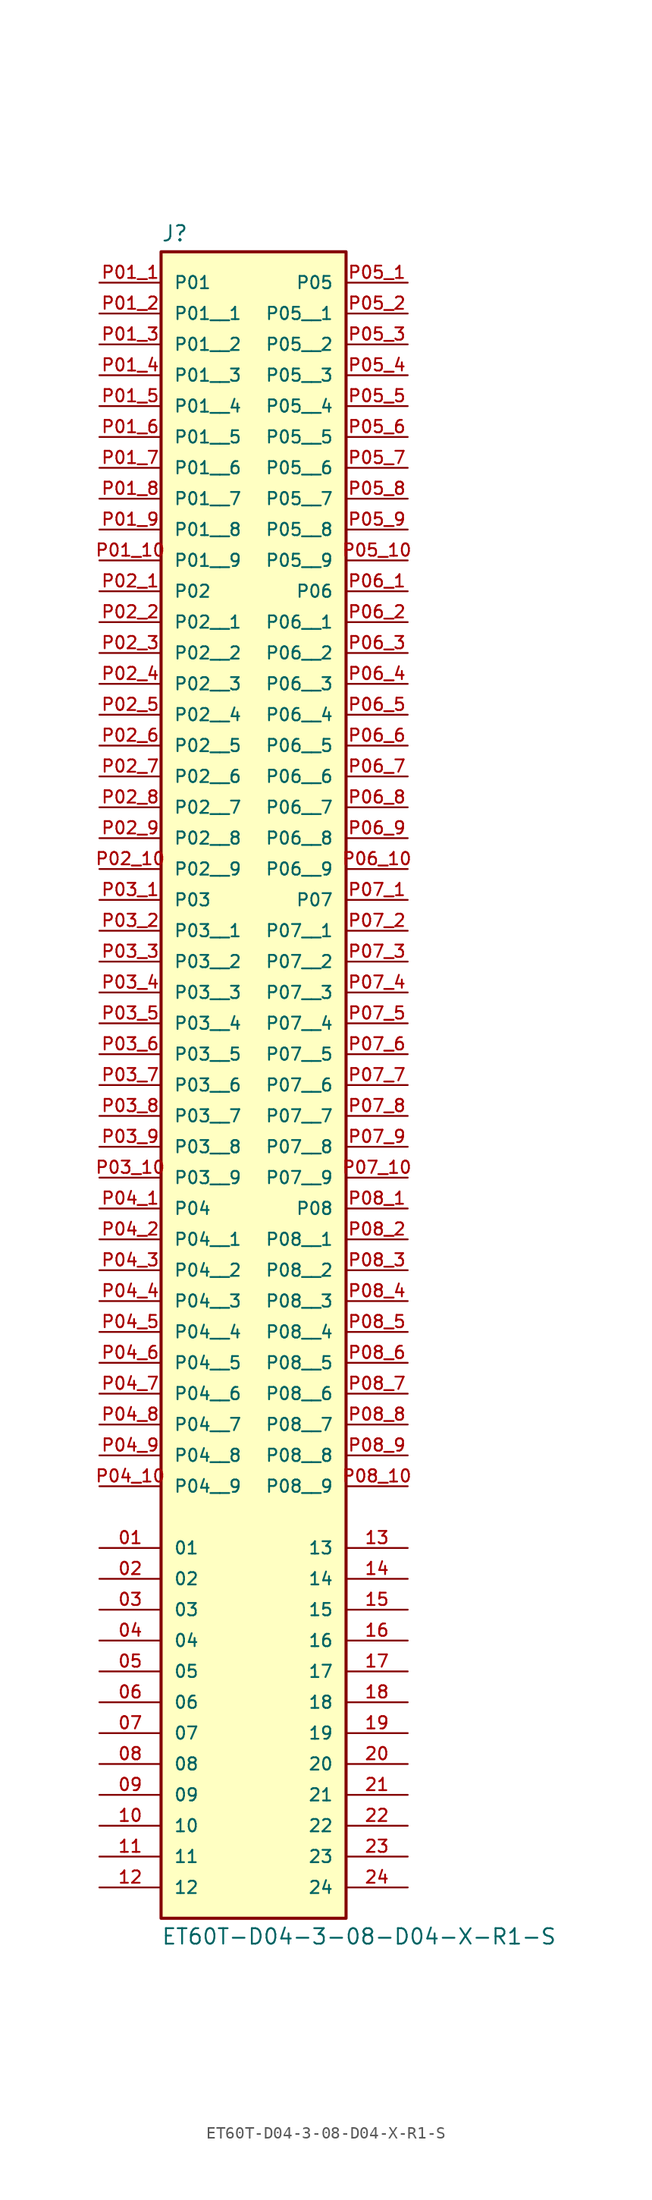
<source format=kicad_sym>
(kicad_symbol_lib
  (version 20231120)
  (generator "kicad_symbol_editor")
  (generator_version "8.0")
  (symbol "ET60T-D04-3-08-D04-X-R1-S"
    (pin_names
      (offset 1.016))
    (property "Reference" "J"
      (at -7.62 23.622 0)
      (effects (font (size 1.27 1.27)) (justify left bottom)))
    (property "Value" "ET60T-D04-3-08-D04-X-R1-S"
      (at -7.62 -115.062 0)
      (effects (font (size 1.27 1.27)) (justify left top)))
    (symbol "ET60T-D04-3-08-D04-X-R1-S_0_0"
      (rectangle (start -7.62 -114.3) (end 7.62 22.86) (stroke (width 0.254) (type default)) (fill (type background)))
      (pin passive line (at -12.7 -83.82 0) (length 5.08) (name "01" (effects (font (size 1.016 1.016)))) (number "01" (effects (font (size 1.016 1.016)))))
      (pin passive line (at -12.7 -86.36 0) (length 5.08) (name "02" (effects (font (size 1.016 1.016)))) (number "02" (effects (font (size 1.016 1.016)))))
      (pin passive line (at -12.7 -88.9 0) (length 5.08) (name "03" (effects (font (size 1.016 1.016)))) (number "03" (effects (font (size 1.016 1.016)))))
      (pin passive line (at -12.7 -91.44 0) (length 5.08) (name "04" (effects (font (size 1.016 1.016)))) (number "04" (effects (font (size 1.016 1.016)))))
      (pin passive line (at -12.7 -93.98 0) (length 5.08) (name "05" (effects (font (size 1.016 1.016)))) (number "05" (effects (font (size 1.016 1.016)))))
      (pin passive line (at -12.7 -96.52 0) (length 5.08) (name "06" (effects (font (size 1.016 1.016)))) (number "06" (effects (font (size 1.016 1.016)))))
      (pin passive line (at -12.7 -99.06 0) (length 5.08) (name "07" (effects (font (size 1.016 1.016)))) (number "07" (effects (font (size 1.016 1.016)))))
      (pin passive line (at -12.7 -101.6 0) (length 5.08) (name "08" (effects (font (size 1.016 1.016)))) (number "08" (effects (font (size 1.016 1.016)))))
      (pin passive line (at -12.7 -104.14 0) (length 5.08) (name "09" (effects (font (size 1.016 1.016)))) (number "09" (effects (font (size 1.016 1.016)))))
      (pin passive line (at -12.7 -106.68 0) (length 5.08) (name "10" (effects (font (size 1.016 1.016)))) (number "10" (effects (font (size 1.016 1.016)))))
      (pin passive line (at -12.7 -109.22 0) (length 5.08) (name "11" (effects (font (size 1.016 1.016)))) (number "11" (effects (font (size 1.016 1.016)))))
      (pin passive line (at -12.7 -111.76 0) (length 5.08) (name "12" (effects (font (size 1.016 1.016)))) (number "12" (effects (font (size 1.016 1.016)))))
      (pin passive line (at 12.7 -83.82 180) (length 5.08) (name "13" (effects (font (size 1.016 1.016)))) (number "13" (effects (font (size 1.016 1.016)))))
      (pin passive line (at 12.7 -86.36 180) (length 5.08) (name "14" (effects (font (size 1.016 1.016)))) (number "14" (effects (font (size 1.016 1.016)))))
      (pin passive line (at 12.7 -88.9 180) (length 5.08) (name "15" (effects (font (size 1.016 1.016)))) (number "15" (effects (font (size 1.016 1.016)))))
      (pin passive line (at 12.7 -91.44 180) (length 5.08) (name "16" (effects (font (size 1.016 1.016)))) (number "16" (effects (font (size 1.016 1.016)))))
      (pin passive line (at 12.7 -93.98 180) (length 5.08) (name "17" (effects (font (size 1.016 1.016)))) (number "17" (effects (font (size 1.016 1.016)))))
      (pin passive line (at 12.7 -96.52 180) (length 5.08) (name "18" (effects (font (size 1.016 1.016)))) (number "18" (effects (font (size 1.016 1.016)))))
      (pin passive line (at 12.7 -99.06 180) (length 5.08) (name "19" (effects (font (size 1.016 1.016)))) (number "19" (effects (font (size 1.016 1.016)))))
      (pin passive line (at 12.7 -101.6 180) (length 5.08) (name "20" (effects (font (size 1.016 1.016)))) (number "20" (effects (font (size 1.016 1.016)))))
      (pin passive line (at 12.7 -104.14 180) (length 5.08) (name "21" (effects (font (size 1.016 1.016)))) (number "21" (effects (font (size 1.016 1.016)))))
      (pin passive line (at 12.7 -106.68 180) (length 5.08) (name "22" (effects (font (size 1.016 1.016)))) (number "22" (effects (font (size 1.016 1.016)))))
      (pin passive line (at 12.7 -109.22 180) (length 5.08) (name "23" (effects (font (size 1.016 1.016)))) (number "23" (effects (font (size 1.016 1.016)))))
      (pin passive line (at 12.7 -111.76 180) (length 5.08) (name "24" (effects (font (size 1.016 1.016)))) (number "24" (effects (font (size 1.016 1.016)))))
      (pin power_in line (at -12.7 20.32 0) (length 5.08) (name "P01" (effects (font (size 1.016 1.016)))) (number "P01_1" (effects (font (size 1.016 1.016)))))
      (pin power_in line (at -12.7 -2.54 0) (length 5.08) (name "P01__9" (effects (font (size 1.016 1.016)))) (number "P01_10" (effects (font (size 1.016 1.016)))))
      (pin power_in line (at -12.7 17.78 0) (length 5.08) (name "P01__1" (effects (font (size 1.016 1.016)))) (number "P01_2" (effects (font (size 1.016 1.016)))))
      (pin power_in line (at -12.7 15.24 0) (length 5.08) (name "P01__2" (effects (font (size 1.016 1.016)))) (number "P01_3" (effects (font (size 1.016 1.016)))))
      (pin power_in line (at -12.7 12.7 0) (length 5.08) (name "P01__3" (effects (font (size 1.016 1.016)))) (number "P01_4" (effects (font (size 1.016 1.016)))))
      (pin power_in line (at -12.7 10.16 0) (length 5.08) (name "P01__4" (effects (font (size 1.016 1.016)))) (number "P01_5" (effects (font (size 1.016 1.016)))))
      (pin power_in line (at -12.7 7.62 0) (length 5.08) (name "P01__5" (effects (font (size 1.016 1.016)))) (number "P01_6" (effects (font (size 1.016 1.016)))))
      (pin power_in line (at -12.7 5.08 0) (length 5.08) (name "P01__6" (effects (font (size 1.016 1.016)))) (number "P01_7" (effects (font (size 1.016 1.016)))))
      (pin power_in line (at -12.7 2.54 0) (length 5.08) (name "P01__7" (effects (font (size 1.016 1.016)))) (number "P01_8" (effects (font (size 1.016 1.016)))))
      (pin power_in line (at -12.7 0 0) (length 5.08) (name "P01__8" (effects (font (size 1.016 1.016)))) (number "P01_9" (effects (font (size 1.016 1.016)))))
      (pin power_in line (at -12.7 -5.08 0) (length 5.08) (name "P02" (effects (font (size 1.016 1.016)))) (number "P02_1" (effects (font (size 1.016 1.016)))))
      (pin power_in line (at -12.7 -27.94 0) (length 5.08) (name "P02__9" (effects (font (size 1.016 1.016)))) (number "P02_10" (effects (font (size 1.016 1.016)))))
      (pin power_in line (at -12.7 -7.62 0) (length 5.08) (name "P02__1" (effects (font (size 1.016 1.016)))) (number "P02_2" (effects (font (size 1.016 1.016)))))
      (pin power_in line (at -12.7 -10.16 0) (length 5.08) (name "P02__2" (effects (font (size 1.016 1.016)))) (number "P02_3" (effects (font (size 1.016 1.016)))))
      (pin power_in line (at -12.7 -12.7 0) (length 5.08) (name "P02__3" (effects (font (size 1.016 1.016)))) (number "P02_4" (effects (font (size 1.016 1.016)))))
      (pin power_in line (at -12.7 -15.24 0) (length 5.08) (name "P02__4" (effects (font (size 1.016 1.016)))) (number "P02_5" (effects (font (size 1.016 1.016)))))
      (pin power_in line (at -12.7 -17.78 0) (length 5.08) (name "P02__5" (effects (font (size 1.016 1.016)))) (number "P02_6" (effects (font (size 1.016 1.016)))))
      (pin power_in line (at -12.7 -20.32 0) (length 5.08) (name "P02__6" (effects (font (size 1.016 1.016)))) (number "P02_7" (effects (font (size 1.016 1.016)))))
      (pin power_in line (at -12.7 -22.86 0) (length 5.08) (name "P02__7" (effects (font (size 1.016 1.016)))) (number "P02_8" (effects (font (size 1.016 1.016)))))
      (pin power_in line (at -12.7 -25.4 0) (length 5.08) (name "P02__8" (effects (font (size 1.016 1.016)))) (number "P02_9" (effects (font (size 1.016 1.016)))))
      (pin power_in line (at -12.7 -30.48 0) (length 5.08) (name "P03" (effects (font (size 1.016 1.016)))) (number "P03_1" (effects (font (size 1.016 1.016)))))
      (pin power_in line (at -12.7 -53.34 0) (length 5.08) (name "P03__9" (effects (font (size 1.016 1.016)))) (number "P03_10" (effects (font (size 1.016 1.016)))))
      (pin power_in line (at -12.7 -33.02 0) (length 5.08) (name "P03__1" (effects (font (size 1.016 1.016)))) (number "P03_2" (effects (font (size 1.016 1.016)))))
      (pin power_in line (at -12.7 -35.56 0) (length 5.08) (name "P03__2" (effects (font (size 1.016 1.016)))) (number "P03_3" (effects (font (size 1.016 1.016)))))
      (pin power_in line (at -12.7 -38.1 0) (length 5.08) (name "P03__3" (effects (font (size 1.016 1.016)))) (number "P03_4" (effects (font (size 1.016 1.016)))))
      (pin power_in line (at -12.7 -40.64 0) (length 5.08) (name "P03__4" (effects (font (size 1.016 1.016)))) (number "P03_5" (effects (font (size 1.016 1.016)))))
      (pin power_in line (at -12.7 -43.18 0) (length 5.08) (name "P03__5" (effects (font (size 1.016 1.016)))) (number "P03_6" (effects (font (size 1.016 1.016)))))
      (pin power_in line (at -12.7 -45.72 0) (length 5.08) (name "P03__6" (effects (font (size 1.016 1.016)))) (number "P03_7" (effects (font (size 1.016 1.016)))))
      (pin power_in line (at -12.7 -48.26 0) (length 5.08) (name "P03__7" (effects (font (size 1.016 1.016)))) (number "P03_8" (effects (font (size 1.016 1.016)))))
      (pin power_in line (at -12.7 -50.8 0) (length 5.08) (name "P03__8" (effects (font (size 1.016 1.016)))) (number "P03_9" (effects (font (size 1.016 1.016)))))
      (pin power_in line (at -12.7 -55.88 0) (length 5.08) (name "P04" (effects (font (size 1.016 1.016)))) (number "P04_1" (effects (font (size 1.016 1.016)))))
      (pin power_in line (at -12.7 -78.74 0) (length 5.08) (name "P04__9" (effects (font (size 1.016 1.016)))) (number "P04_10" (effects (font (size 1.016 1.016)))))
      (pin power_in line (at -12.7 -58.42 0) (length 5.08) (name "P04__1" (effects (font (size 1.016 1.016)))) (number "P04_2" (effects (font (size 1.016 1.016)))))
      (pin power_in line (at -12.7 -60.96 0) (length 5.08) (name "P04__2" (effects (font (size 1.016 1.016)))) (number "P04_3" (effects (font (size 1.016 1.016)))))
      (pin power_in line (at -12.7 -63.5 0) (length 5.08) (name "P04__3" (effects (font (size 1.016 1.016)))) (number "P04_4" (effects (font (size 1.016 1.016)))))
      (pin power_in line (at -12.7 -66.04 0) (length 5.08) (name "P04__4" (effects (font (size 1.016 1.016)))) (number "P04_5" (effects (font (size 1.016 1.016)))))
      (pin power_in line (at -12.7 -68.58 0) (length 5.08) (name "P04__5" (effects (font (size 1.016 1.016)))) (number "P04_6" (effects (font (size 1.016 1.016)))))
      (pin power_in line (at -12.7 -71.12 0) (length 5.08) (name "P04__6" (effects (font (size 1.016 1.016)))) (number "P04_7" (effects (font (size 1.016 1.016)))))
      (pin power_in line (at -12.7 -73.66 0) (length 5.08) (name "P04__7" (effects (font (size 1.016 1.016)))) (number "P04_8" (effects (font (size 1.016 1.016)))))
      (pin power_in line (at -12.7 -76.2 0) (length 5.08) (name "P04__8" (effects (font (size 1.016 1.016)))) (number "P04_9" (effects (font (size 1.016 1.016)))))
      (pin power_in line (at 12.7 20.32 180) (length 5.08) (name "P05" (effects (font (size 1.016 1.016)))) (number "P05_1" (effects (font (size 1.016 1.016)))))
      (pin power_in line (at 12.7 -2.54 180) (length 5.08) (name "P05__9" (effects (font (size 1.016 1.016)))) (number "P05_10" (effects (font (size 1.016 1.016)))))
      (pin power_in line (at 12.7 17.78 180) (length 5.08) (name "P05__1" (effects (font (size 1.016 1.016)))) (number "P05_2" (effects (font (size 1.016 1.016)))))
      (pin power_in line (at 12.7 15.24 180) (length 5.08) (name "P05__2" (effects (font (size 1.016 1.016)))) (number "P05_3" (effects (font (size 1.016 1.016)))))
      (pin power_in line (at 12.7 12.7 180) (length 5.08) (name "P05__3" (effects (font (size 1.016 1.016)))) (number "P05_4" (effects (font (size 1.016 1.016)))))
      (pin power_in line (at 12.7 10.16 180) (length 5.08) (name "P05__4" (effects (font (size 1.016 1.016)))) (number "P05_5" (effects (font (size 1.016 1.016)))))
      (pin power_in line (at 12.7 7.62 180) (length 5.08) (name "P05__5" (effects (font (size 1.016 1.016)))) (number "P05_6" (effects (font (size 1.016 1.016)))))
      (pin power_in line (at 12.7 5.08 180) (length 5.08) (name "P05__6" (effects (font (size 1.016 1.016)))) (number "P05_7" (effects (font (size 1.016 1.016)))))
      (pin power_in line (at 12.7 2.54 180) (length 5.08) (name "P05__7" (effects (font (size 1.016 1.016)))) (number "P05_8" (effects (font (size 1.016 1.016)))))
      (pin power_in line (at 12.7 0 180) (length 5.08) (name "P05__8" (effects (font (size 1.016 1.016)))) (number "P05_9" (effects (font (size 1.016 1.016)))))
      (pin power_in line (at 12.7 -5.08 180) (length 5.08) (name "P06" (effects (font (size 1.016 1.016)))) (number "P06_1" (effects (font (size 1.016 1.016)))))
      (pin power_in line (at 12.7 -27.94 180) (length 5.08) (name "P06__9" (effects (font (size 1.016 1.016)))) (number "P06_10" (effects (font (size 1.016 1.016)))))
      (pin power_in line (at 12.7 -7.62 180) (length 5.08) (name "P06__1" (effects (font (size 1.016 1.016)))) (number "P06_2" (effects (font (size 1.016 1.016)))))
      (pin power_in line (at 12.7 -10.16 180) (length 5.08) (name "P06__2" (effects (font (size 1.016 1.016)))) (number "P06_3" (effects (font (size 1.016 1.016)))))
      (pin power_in line (at 12.7 -12.7 180) (length 5.08) (name "P06__3" (effects (font (size 1.016 1.016)))) (number "P06_4" (effects (font (size 1.016 1.016)))))
      (pin power_in line (at 12.7 -15.24 180) (length 5.08) (name "P06__4" (effects (font (size 1.016 1.016)))) (number "P06_5" (effects (font (size 1.016 1.016)))))
      (pin power_in line (at 12.7 -17.78 180) (length 5.08) (name "P06__5" (effects (font (size 1.016 1.016)))) (number "P06_6" (effects (font (size 1.016 1.016)))))
      (pin power_in line (at 12.7 -20.32 180) (length 5.08) (name "P06__6" (effects (font (size 1.016 1.016)))) (number "P06_7" (effects (font (size 1.016 1.016)))))
      (pin power_in line (at 12.7 -22.86 180) (length 5.08) (name "P06__7" (effects (font (size 1.016 1.016)))) (number "P06_8" (effects (font (size 1.016 1.016)))))
      (pin power_in line (at 12.7 -25.4 180) (length 5.08) (name "P06__8" (effects (font (size 1.016 1.016)))) (number "P06_9" (effects (font (size 1.016 1.016)))))
      (pin power_in line (at 12.7 -30.48 180) (length 5.08) (name "P07" (effects (font (size 1.016 1.016)))) (number "P07_1" (effects (font (size 1.016 1.016)))))
      (pin power_in line (at 12.7 -53.34 180) (length 5.08) (name "P07__9" (effects (font (size 1.016 1.016)))) (number "P07_10" (effects (font (size 1.016 1.016)))))
      (pin power_in line (at 12.7 -33.02 180) (length 5.08) (name "P07__1" (effects (font (size 1.016 1.016)))) (number "P07_2" (effects (font (size 1.016 1.016)))))
      (pin power_in line (at 12.7 -35.56 180) (length 5.08) (name "P07__2" (effects (font (size 1.016 1.016)))) (number "P07_3" (effects (font (size 1.016 1.016)))))
      (pin power_in line (at 12.7 -38.1 180) (length 5.08) (name "P07__3" (effects (font (size 1.016 1.016)))) (number "P07_4" (effects (font (size 1.016 1.016)))))
      (pin power_in line (at 12.7 -40.64 180) (length 5.08) (name "P07__4" (effects (font (size 1.016 1.016)))) (number "P07_5" (effects (font (size 1.016 1.016)))))
      (pin power_in line (at 12.7 -43.18 180) (length 5.08) (name "P07__5" (effects (font (size 1.016 1.016)))) (number "P07_6" (effects (font (size 1.016 1.016)))))
      (pin power_in line (at 12.7 -45.72 180) (length 5.08) (name "P07__6" (effects (font (size 1.016 1.016)))) (number "P07_7" (effects (font (size 1.016 1.016)))))
      (pin power_in line (at 12.7 -48.26 180) (length 5.08) (name "P07__7" (effects (font (size 1.016 1.016)))) (number "P07_8" (effects (font (size 1.016 1.016)))))
      (pin power_in line (at 12.7 -50.8 180) (length 5.08) (name "P07__8" (effects (font (size 1.016 1.016)))) (number "P07_9" (effects (font (size 1.016 1.016)))))
      (pin power_in line (at 12.7 -55.88 180) (length 5.08) (name "P08" (effects (font (size 1.016 1.016)))) (number "P08_1" (effects (font (size 1.016 1.016)))))
      (pin power_in line (at 12.7 -78.74 180) (length 5.08) (name "P08__9" (effects (font (size 1.016 1.016)))) (number "P08_10" (effects (font (size 1.016 1.016)))))
      (pin power_in line (at 12.7 -58.42 180) (length 5.08) (name "P08__1" (effects (font (size 1.016 1.016)))) (number "P08_2" (effects (font (size 1.016 1.016)))))
      (pin power_in line (at 12.7 -60.96 180) (length 5.08) (name "P08__2" (effects (font (size 1.016 1.016)))) (number "P08_3" (effects (font (size 1.016 1.016)))))
      (pin power_in line (at 12.7 -63.5 180) (length 5.08) (name "P08__3" (effects (font (size 1.016 1.016)))) (number "P08_4" (effects (font (size 1.016 1.016)))))
      (pin power_in line (at 12.7 -66.04 180) (length 5.08) (name "P08__4" (effects (font (size 1.016 1.016)))) (number "P08_5" (effects (font (size 1.016 1.016)))))
      (pin power_in line (at 12.7 -68.58 180) (length 5.08) (name "P08__5" (effects (font (size 1.016 1.016)))) (number "P08_6" (effects (font (size 1.016 1.016)))))
      (pin power_in line (at 12.7 -71.12 180) (length 5.08) (name "P08__6" (effects (font (size 1.016 1.016)))) (number "P08_7" (effects (font (size 1.016 1.016)))))
      (pin power_in line (at 12.7 -73.66 180) (length 5.08) (name "P08__7" (effects (font (size 1.016 1.016)))) (number "P08_8" (effects (font (size 1.016 1.016)))))
      (pin power_in line (at 12.7 -76.2 180) (length 5.08) (name "P08__8" (effects (font (size 1.016 1.016)))) (number "P08_9" (effects (font (size 1.016 1.016))))))))
</source>
